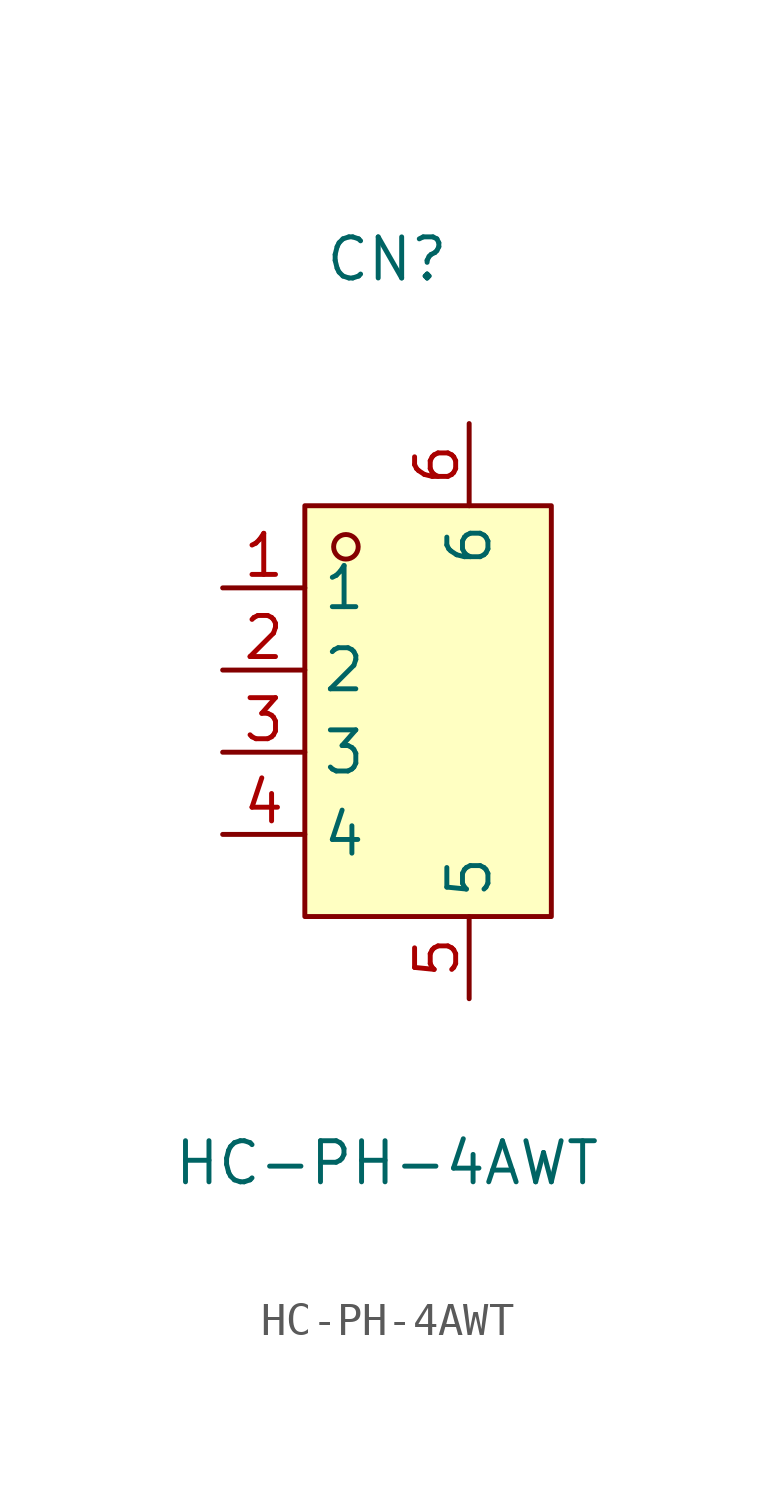
<source format=kicad_sym>
(kicad_symbol_lib
  (version 20211014)
  (generator https://github.com/uPesy/easyeda2kicad.py)
  (symbol "HC-PH-4AWT"
    (property "Reference" "CN"
      (at 0 13.97 0)
      (effects (font (size 1.27 1.27))))
    (property "Value" "HC-PH-4AWT"
      (at 0 -13.97 0)
      (effects (font (size 1.27 1.27))))
    (symbol "HC-PH-4AWT_0_1"
      (rectangle (start -2.54 6.35) (end 5.08 -6.35) (stroke (width 0) (type default) (color 0 0 0 0)) (fill (type background)))
      (circle (center -1.27 5.08) (radius 0.38) (stroke (width 0) (type default) (color 0 0 0 0)) (fill (type none)))
      (pin unspecified line (at -5.08 3.81 0) (length 2.54) (name "1" (effects (font (size 1.27 1.27)))) (number "1" (effects (font (size 1.27 1.27)))))
      (pin unspecified line (at -5.08 1.27 0) (length 2.54) (name "2" (effects (font (size 1.27 1.27)))) (number "2" (effects (font (size 1.27 1.27)))))
      (pin unspecified line (at -5.08 -1.27 0) (length 2.54) (name "3" (effects (font (size 1.27 1.27)))) (number "3" (effects (font (size 1.27 1.27)))))
      (pin unspecified line (at -5.08 -3.81 0) (length 2.54) (name "4" (effects (font (size 1.27 1.27)))) (number "4" (effects (font (size 1.27 1.27)))))
      (pin unspecified line (at 2.54 -8.89 90) (length 2.54) (name "5" (effects (font (size 1.27 1.27)))) (number "5" (effects (font (size 1.27 1.27)))))
      (pin unspecified line (at 2.54 8.89 270) (length 2.54) (name "6" (effects (font (size 1.27 1.27)))) (number "6" (effects (font (size 1.27 1.27))))))))
</source>
